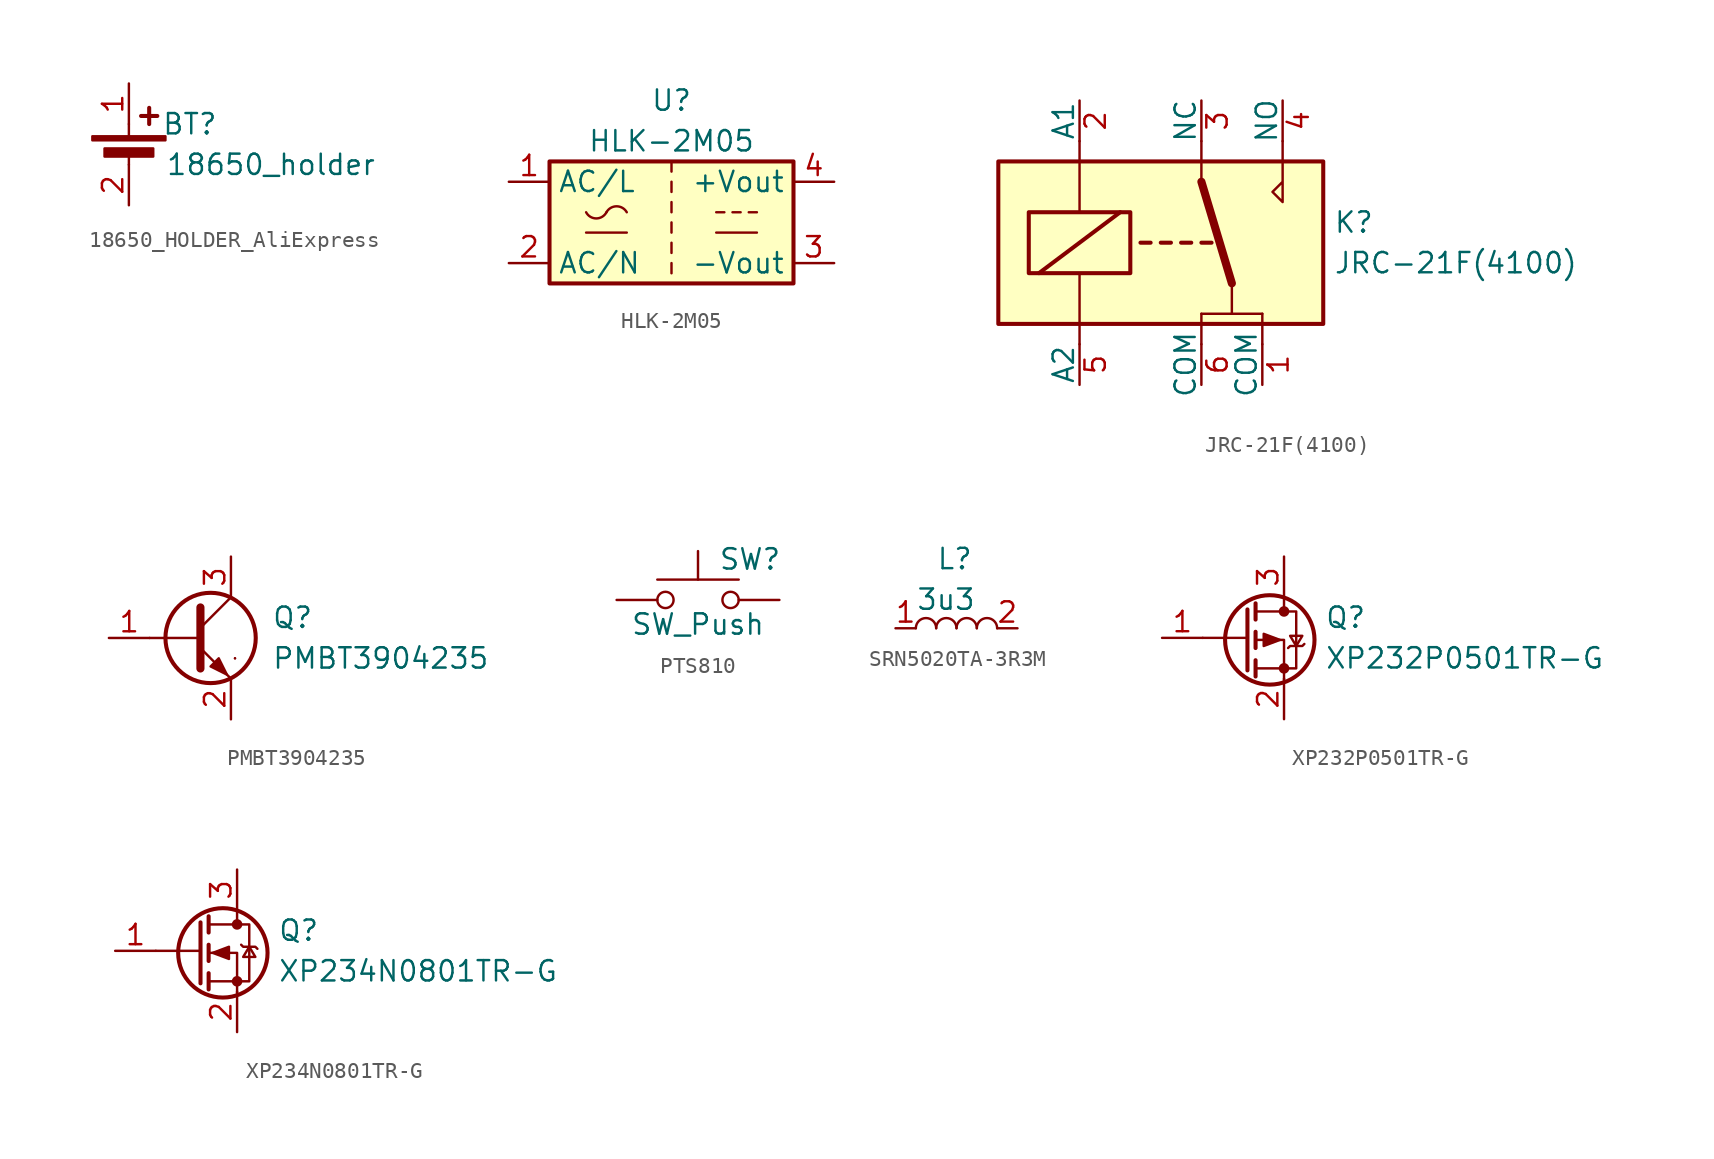
<source format=kicad_sym>
(kicad_symbol_lib
  (version 20220914)
  (generator kicad_symbol_editor)
  (symbol "18650_HOLDER_AliExpress"
    (pin_names
      (offset 1.27))
    (property "Reference" "BT"
      (at 3.81 1.27 0)
      (effects (font (size 1.27 1.27))))
    (property "Value" "18650_holder"
      (at 8.89 -1.27 0)
      (effects (font (size 1.27 1.27))))
    (symbol "18650_HOLDER_AliExpress_0_1"
      (rectangle (start -2.286 0.508) (end 2.286 0.254) (stroke (width 0) (type default)) (fill (type outline)))
      (rectangle (start -1.524 -0.254) (end 1.524 -0.762) (stroke (width 0) (type default)) (fill (type outline)))
      (polyline (pts (xy 0 -0.508) (xy 0 -1.27)) (stroke (width 0) (type default)) (fill (type none)))
      (polyline (pts (xy 0 0.508) (xy 0 1.27)) (stroke (width 0) (type default)) (fill (type none)))
      (polyline (pts (xy 0.762 1.778) (xy 1.778 1.778)) (stroke (width 0.254) (type default)) (fill (type none)))
      (polyline (pts (xy 1.27 2.286) (xy 1.27 1.27)) (stroke (width 0.254) (type default)) (fill (type none))))
    (symbol "18650_HOLDER_AliExpress_1_1"
      (pin power_out line (at 0 3.81 270) (length 2.54) (name "" (effects (font (size 1.27 1.27)))) (number "1" (effects (font (size 1.27 1.27)))))
      (pin power_out line (at 0 -3.81 90) (length 2.54) (name "" (effects (font (size 1.27 1.27)))) (number "2" (effects (font (size 1.27 1.27)))))))
  (symbol "HLK-2M05"
    (property "Reference" "U"
      (at 0 7.62 0)
      (effects (font (size 1.27 1.27))))
    (property "Value" "HLK-2M05"
      (at 0 5.08 0)
      (effects (font (size 1.27 1.27))))
    (symbol "HLK-2M05_0_1"
      (rectangle (start -7.62 3.81) (end 7.62 -3.81) (stroke (width 0.254) (type default)) (fill (type background)))
      (arc (start -5.334 0.635) (mid -4.699 0.2495) (end -4.064 0.635) (stroke (width 0) (type default)) (fill (type none)))
      (arc (start -2.794 0.635) (mid -3.429 1.0072) (end -4.064 0.635) (stroke (width 0) (type default)) (fill (type none)))
      (polyline (pts (xy -5.334 -0.635) (xy -2.794 -0.635)) (stroke (width 0) (type default)) (fill (type none)))
      (polyline (pts (xy 0 -2.54) (xy 0 -3.175)) (stroke (width 0) (type default)) (fill (type none)))
      (polyline (pts (xy 0 -1.27) (xy 0 -1.905)) (stroke (width 0) (type default)) (fill (type none)))
      (polyline (pts (xy 0 0) (xy 0 -0.635)) (stroke (width 0) (type default)) (fill (type none)))
      (polyline (pts (xy 0 1.27) (xy 0 0.635)) (stroke (width 0) (type default)) (fill (type none)))
      (polyline (pts (xy 0 2.54) (xy 0 1.905)) (stroke (width 0) (type default)) (fill (type none)))
      (polyline (pts (xy 0 3.81) (xy 0 3.175)) (stroke (width 0) (type default)) (fill (type none)))
      (polyline (pts (xy 2.794 -0.635) (xy 5.334 -0.635)) (stroke (width 0) (type default)) (fill (type none)))
      (polyline (pts (xy 2.794 0.635) (xy 3.302 0.635)) (stroke (width 0) (type default)) (fill (type none)))
      (polyline (pts (xy 3.81 0.635) (xy 4.318 0.635)) (stroke (width 0) (type default)) (fill (type none)))
      (polyline (pts (xy 4.826 0.635) (xy 5.334 0.635)) (stroke (width 0) (type default)) (fill (type none))))
    (symbol "HLK-2M05_1_1"
      (pin power_in line (at -10.16 2.54 0) (length 2.54) (name "AC/L" (effects (font (size 1.27 1.27)))) (number "1" (effects (font (size 1.27 1.27)))))
      (pin power_in line (at -10.16 -2.54 0) (length 2.54) (name "AC/N" (effects (font (size 1.27 1.27)))) (number "2" (effects (font (size 1.27 1.27)))))
      (pin power_out line (at 10.16 -2.54 180) (length 2.54) (name "-Vout" (effects (font (size 1.27 1.27)))) (number "3" (effects (font (size 1.27 1.27)))))
      (pin power_out line (at 10.16 2.54 180) (length 2.54) (name "+Vout" (effects (font (size 1.27 1.27)))) (number "4" (effects (font (size 1.27 1.27)))))))
  (symbol "JRC-21F(4100)"
    (pin_names
      (offset 0))
    (property "Reference" "K"
      (at 12.065 1.27 0)
      (effects (font (size 1.27 1.27)) (justify left)))
    (property "Value" "JRC-21F(4100)"
      (at 12.065 -1.27 0)
      (effects (font (size 1.27 1.27)) (justify left)))
    (symbol "JRC-21F(4100)_0_0"
      (polyline (pts (xy 8.89 6.35) (xy 8.89 2.54) (xy 8.255 3.175) (xy 8.89 3.81)) (stroke (width 0) (type default)) (fill (type none))))
    (symbol "JRC-21F(4100)_0_1"
      (rectangle (start -8.89 5.08) (end 11.43 -5.08) (stroke (width 0.254) (type default)) (fill (type background)))
      (rectangle (start -6.985 1.905) (end -0.635 -1.905) (stroke (width 0.254) (type default)) (fill (type none)))
      (polyline (pts (xy -6.35 -1.905) (xy -1.27 1.905)) (stroke (width 0.254) (type default)) (fill (type none)))
      (polyline (pts (xy -3.81 -6.35) (xy -3.81 -1.905)) (stroke (width 0) (type default)) (fill (type none)))
      (polyline (pts (xy -3.81 6.35) (xy -3.81 1.905)) (stroke (width 0) (type default)) (fill (type none)))
      (polyline (pts (xy 0 0) (xy 0.635 0)) (stroke (width 0.254) (type default)) (fill (type none)))
      (polyline (pts (xy 1.27 0) (xy 1.905 0)) (stroke (width 0.254) (type default)) (fill (type none)))
      (polyline (pts (xy 2.54 0) (xy 3.175 0)) (stroke (width 0.254) (type default)) (fill (type none)))
      (polyline (pts (xy 3.81 -4.445) (xy 3.81 -6.35)) (stroke (width 0) (type default)) (fill (type none)))
      (polyline (pts (xy 3.81 -4.445) (xy 7.62 -4.445)) (stroke (width 0) (type default)) (fill (type none)))
      (polyline (pts (xy 3.81 0) (xy 4.445 0)) (stroke (width 0.254) (type default)) (fill (type none)))
      (polyline (pts (xy 3.81 6.35) (xy 3.81 3.81)) (stroke (width 0) (type default)) (fill (type none)))
      (polyline (pts (xy 5.715 -2.54) (xy 3.81 3.81)) (stroke (width 0.508) (type default)) (fill (type none)))
      (polyline (pts (xy 5.715 -2.54) (xy 5.715 -4.445)) (stroke (width 0) (type default)) (fill (type none)))
      (polyline (pts (xy 7.62 -4.445) (xy 7.62 -6.35)) (stroke (width 0) (type default)) (fill (type none))))
    (symbol "JRC-21F(4100)_1_1"
      (pin passive line (at 7.62 -8.89 90) (length 2.54) (name "COM" (effects (font (size 1.27 1.27)))) (number "1" (effects (font (size 1.27 1.27)))))
      (pin passive line (at -3.81 8.89 270) (length 2.54) (name "A1" (effects (font (size 1.27 1.27)))) (number "2" (effects (font (size 1.27 1.27)))))
      (pin passive line (at 3.81 8.89 270) (length 2.54) (name "NC" (effects (font (size 1.27 1.27)))) (number "3" (effects (font (size 1.27 1.27)))))
      (pin passive line (at 8.89 8.89 270) (length 2.54) (name "NO" (effects (font (size 1.27 1.27)))) (number "4" (effects (font (size 1.27 1.27)))))
      (pin passive line (at -3.81 -8.89 90) (length 2.54) (name "A2" (effects (font (size 1.27 1.27)))) (number "5" (effects (font (size 1.27 1.27)))))
      (pin passive line (at 3.81 -8.89 90) (length 2.54) (name "COM" (effects (font (size 1.27 1.27)))) (number "6" (effects (font (size 1.27 1.27)))))))
  (symbol "PMBT3904235"
    (pin_names
      (offset 0.762))
    (property "Reference" "Q"
      (at 2.54 1.27 0)
      (effects (font (size 1.27 1.27)) (justify left)))
    (property "Value" "PMBT3904235"
      (at 2.54 -1.27 0)
      (effects (font (size 1.27 1.27)) (justify left)))
    (symbol "PMBT3904235_0_0"
      (pin passive line (at -7.62 0 0) (length 2.54) (name "~" (effects (font (size 1.27 1.27)))) (number "1" (effects (font (size 1.27 1.27)))))
      (pin passive line (at 0 -5.08 90) (length 2.54) (name "~" (effects (font (size 1.27 1.27)))) (number "2" (effects (font (size 1.27 1.27)))))
      (pin passive line (at 0 5.08 270) (length 2.54) (name "~" (effects (font (size 1.27 1.27)))) (number "3" (effects (font (size 1.27 1.27))))))
    (symbol "PMBT3904235_0_1"
      (circle (center -1.27 0) (radius 2.819) (stroke (width 0.254) (type default)) (fill (type none)))
      (polyline (pts (xy -5.08 0) (xy -1.905 0)) (stroke (width 0.152) (type default)) (fill (type none)))
      (polyline (pts (xy -1.905 0.635) (xy 0 2.54)) (stroke (width 0) (type default)) (fill (type none)))
      (polyline (pts (xy 0.254 -1.27) (xy 0.254 -1.27)) (stroke (width 0.152) (type default)) (fill (type none)))
      (polyline (pts (xy 0.254 -1.27) (xy 0.254 -1.27)) (stroke (width 0.152) (type default)) (fill (type none)))
      (polyline (pts (xy -1.905 -0.635) (xy 0 -2.54) (xy 0 -2.54)) (stroke (width 0) (type default)) (fill (type none)))
      (polyline (pts (xy -1.905 1.905) (xy -1.905 -1.905) (xy -1.905 -1.905)) (stroke (width 0.508) (type default)) (fill (type none)))
      (polyline (pts (xy -1.27 -1.778) (xy -0.762 -1.27) (xy -0.254 -2.286) (xy -1.27 -1.778) (xy -1.27 -1.778)) (stroke (width 0) (type default)) (fill (type outline)))))
  (symbol "PTS810"
    (pin_numbers hide)
    (pin_names
      (offset 1.016) hide)
    (property "Reference" "SW"
      (at 1.27 2.54 0)
      (effects (font (size 1.27 1.27)) (justify left)))
    (property "Value" "SW_Push"
      (at 0 -1.524 0)
      (effects (font (size 1.27 1.27))))
    (symbol "PTS810_0_1"
      (circle (center -2.032 0) (radius 0.508) (stroke (width 0) (type default)) (fill (type none)))
      (polyline (pts (xy 0 1.27) (xy 0 3.048)) (stroke (width 0) (type default)) (fill (type none)))
      (polyline (pts (xy 2.54 1.27) (xy -2.54 1.27)) (stroke (width 0) (type default)) (fill (type none)))
      (circle (center 2.032 0) (radius 0.508) (stroke (width 0) (type default)) (fill (type none)))
      (pin passive line (at -5.08 0 0) (length 2.54) (name "1" (effects (font (size 1.27 1.27)))) (number "1" (effects (font (size 1.27 1.27)))))
      (pin passive line (at 5.08 0 180) (length 2.54) (name "2" (effects (font (size 1.27 1.27)))) (number "2" (effects (font (size 1.27 1.27)))))))
  (symbol "SRN5020TA-3R3M"
    (pin_names hide)
    (property "Reference" "L"
      (at -1.27 5.08 0)
      (effects (font (size 1.27 1.27)) (justify left top)))
    (property "Value" "3u3"
      (at -2.54 2.54 0)
      (effects (font (size 1.27 1.27)) (justify left top)))
    (symbol "SRN5020TA-3R3M_0_1"
      (arc (start -1.27 0.0027) (mid -1.905 0.635) (end -2.54 0.0027) (stroke (width 0) (type default)) (fill (type none)))
      (arc (start 0 0.0027) (mid -0.635 0.635) (end -1.27 0.0027) (stroke (width 0) (type default)) (fill (type none)))
      (arc (start 1.27 0.0027) (mid 0.635 0.635) (end 0 0.0027) (stroke (width 0) (type default)) (fill (type none)))
      (arc (start 2.54 0.0027) (mid 1.905 0.635) (end 1.27 0.0027) (stroke (width 0) (type default)) (fill (type none))))
    (symbol "SRN5020TA-3R3M_1_1"
      (pin passive line (at -3.81 0 0) (length 1.27) (name "1" (effects (font (size 1.27 1.27)))) (number "1" (effects (font (size 1.27 1.27)))))
      (pin passive line (at 3.81 0 180) (length 1.27) (name "2" (effects (font (size 1.27 1.27)))) (number "2" (effects (font (size 1.27 1.27)))))))
  (symbol "XP232P0501TR-G"
    (pin_names
      (offset 0.762))
    (property "Reference" "Q"
      (at 2.54 1.27 0)
      (effects (font (size 1.27 1.27)) (justify left)))
    (property "Value" "XP232P0501TR-G"
      (at 2.54 -1.27 0)
      (effects (font (size 1.27 1.27)) (justify left)))
    (symbol "XP232P0501TR-G_0_1"
      (circle (center -0.889 -0.127) (radius 2.794) (stroke (width 0.254) (type default)) (fill (type none)))
      (circle (center 0 -1.905) (radius 0.254) (stroke (width 0) (type default)) (fill (type outline)))
      (polyline (pts (xy -2.286 0) (xy -5.08 0)) (stroke (width 0) (type default)) (fill (type none)))
      (polyline (pts (xy -2.286 1.778) (xy -2.286 -2.032)) (stroke (width 0.254) (type default)) (fill (type none)))
      (polyline (pts (xy -1.778 -1.397) (xy -1.778 -2.413)) (stroke (width 0.254) (type default)) (fill (type none)))
      (polyline (pts (xy -1.778 0.381) (xy -1.778 -0.635)) (stroke (width 0.254) (type default)) (fill (type none)))
      (polyline (pts (xy -1.778 2.159) (xy -1.778 1.143)) (stroke (width 0.254) (type default)) (fill (type none)))
      (polyline (pts (xy 0 2.413) (xy 0 1.651)) (stroke (width 0) (type default)) (fill (type none)))
      (polyline (pts (xy 0 -2.667) (xy 0 -0.127) (xy -1.778 -0.127)) (stroke (width 0) (type default)) (fill (type none)))
      (polyline (pts (xy -1.778 1.651) (xy 0.762 1.651) (xy 0.762 -1.905) (xy -1.778 -1.905)) (stroke (width 0) (type default)) (fill (type none)))
      (polyline (pts (xy -0.254 -0.127) (xy -1.27 0.254) (xy -1.27 -0.508) (xy -0.254 -0.127)) (stroke (width 0) (type default)) (fill (type outline)))
      (polyline (pts (xy 0.254 -0.635) (xy 0.381 -0.508) (xy 1.143 -0.508) (xy 1.27 -0.381)) (stroke (width 0) (type default)) (fill (type none)))
      (polyline (pts (xy 0.762 -0.508) (xy 0.381 0.127) (xy 1.143 0.127) (xy 0.762 -0.508)) (stroke (width 0) (type default)) (fill (type none)))
      (circle (center 0 1.651) (radius 0.254) (stroke (width 0) (type default)) (fill (type outline))))
    (symbol "XP232P0501TR-G_1_1"
      (pin passive line (at -7.62 0 0) (length 2.54) (name "" (effects (font (size 1.27 1.27)))) (number "1" (effects (font (size 1.27 1.27)))))
      (pin input line (at 0 -5.08 90) (length 2.54) (name "" (effects (font (size 1.27 1.27)))) (number "2" (effects (font (size 1.27 1.27)))))
      (pin passive line (at 0 5.08 270) (length 2.54) (name "" (effects (font (size 1.27 1.27)))) (number "3" (effects (font (size 1.27 1.27)))))))
  (symbol "XP234N0801TR-G"
    (pin_names
      (offset 0.762))
    (property "Reference" "Q"
      (at 2.54 1.27 0)
      (effects (font (size 1.27 1.27)) (justify left)))
    (property "Value" "XP234N0801TR-G"
      (at 2.54 -1.27 0)
      (effects (font (size 1.27 1.27)) (justify left)))
    (symbol "XP234N0801TR-G_0_1"
      (circle (center -0.889 -0.127) (radius 2.794) (stroke (width 0.254) (type default)) (fill (type none)))
      (circle (center 0 -1.905) (radius 0.254) (stroke (width 0) (type default)) (fill (type outline)))
      (polyline (pts (xy -2.286 0) (xy -5.08 0)) (stroke (width 0) (type default)) (fill (type none)))
      (polyline (pts (xy -2.286 1.778) (xy -2.286 -2.032)) (stroke (width 0.254) (type default)) (fill (type none)))
      (polyline (pts (xy -1.778 -1.397) (xy -1.778 -2.413)) (stroke (width 0.254) (type default)) (fill (type none)))
      (polyline (pts (xy -1.778 0.381) (xy -1.778 -0.635)) (stroke (width 0.254) (type default)) (fill (type none)))
      (polyline (pts (xy -1.778 2.159) (xy -1.778 1.143)) (stroke (width 0.254) (type default)) (fill (type none)))
      (polyline (pts (xy 0 2.413) (xy 0 1.651)) (stroke (width 0) (type default)) (fill (type none)))
      (polyline (pts (xy 0 -2.667) (xy 0 -0.127) (xy -1.778 -0.127)) (stroke (width 0) (type default)) (fill (type none)))
      (polyline (pts (xy -1.778 -1.905) (xy 0.762 -1.905) (xy 0.762 1.651) (xy -1.778 1.651)) (stroke (width 0) (type default)) (fill (type none)))
      (polyline (pts (xy -1.524 -0.127) (xy -0.508 0.254) (xy -0.508 -0.508) (xy -1.524 -0.127)) (stroke (width 0) (type default)) (fill (type outline)))
      (polyline (pts (xy 0.254 0.381) (xy 0.381 0.254) (xy 1.143 0.254) (xy 1.27 0.127)) (stroke (width 0) (type default)) (fill (type none)))
      (polyline (pts (xy 0.762 0.254) (xy 0.381 -0.381) (xy 1.143 -0.381) (xy 0.762 0.254)) (stroke (width 0) (type default)) (fill (type none)))
      (circle (center 0 1.651) (radius 0.254) (stroke (width 0) (type default)) (fill (type outline))))
    (symbol "XP234N0801TR-G_1_1"
      (pin passive line (at -7.62 0 0) (length 2.54) (name "" (effects (font (size 1.27 1.27)))) (number "1" (effects (font (size 1.27 1.27)))))
      (pin input line (at 0 -5.08 90) (length 2.54) (name "" (effects (font (size 1.27 1.27)))) (number "2" (effects (font (size 1.27 1.27)))))
      (pin passive line (at 0 5.08 270) (length 2.54) (name "" (effects (font (size 1.27 1.27)))) (number "3" (effects (font (size 1.27 1.27))))))))
</source>
